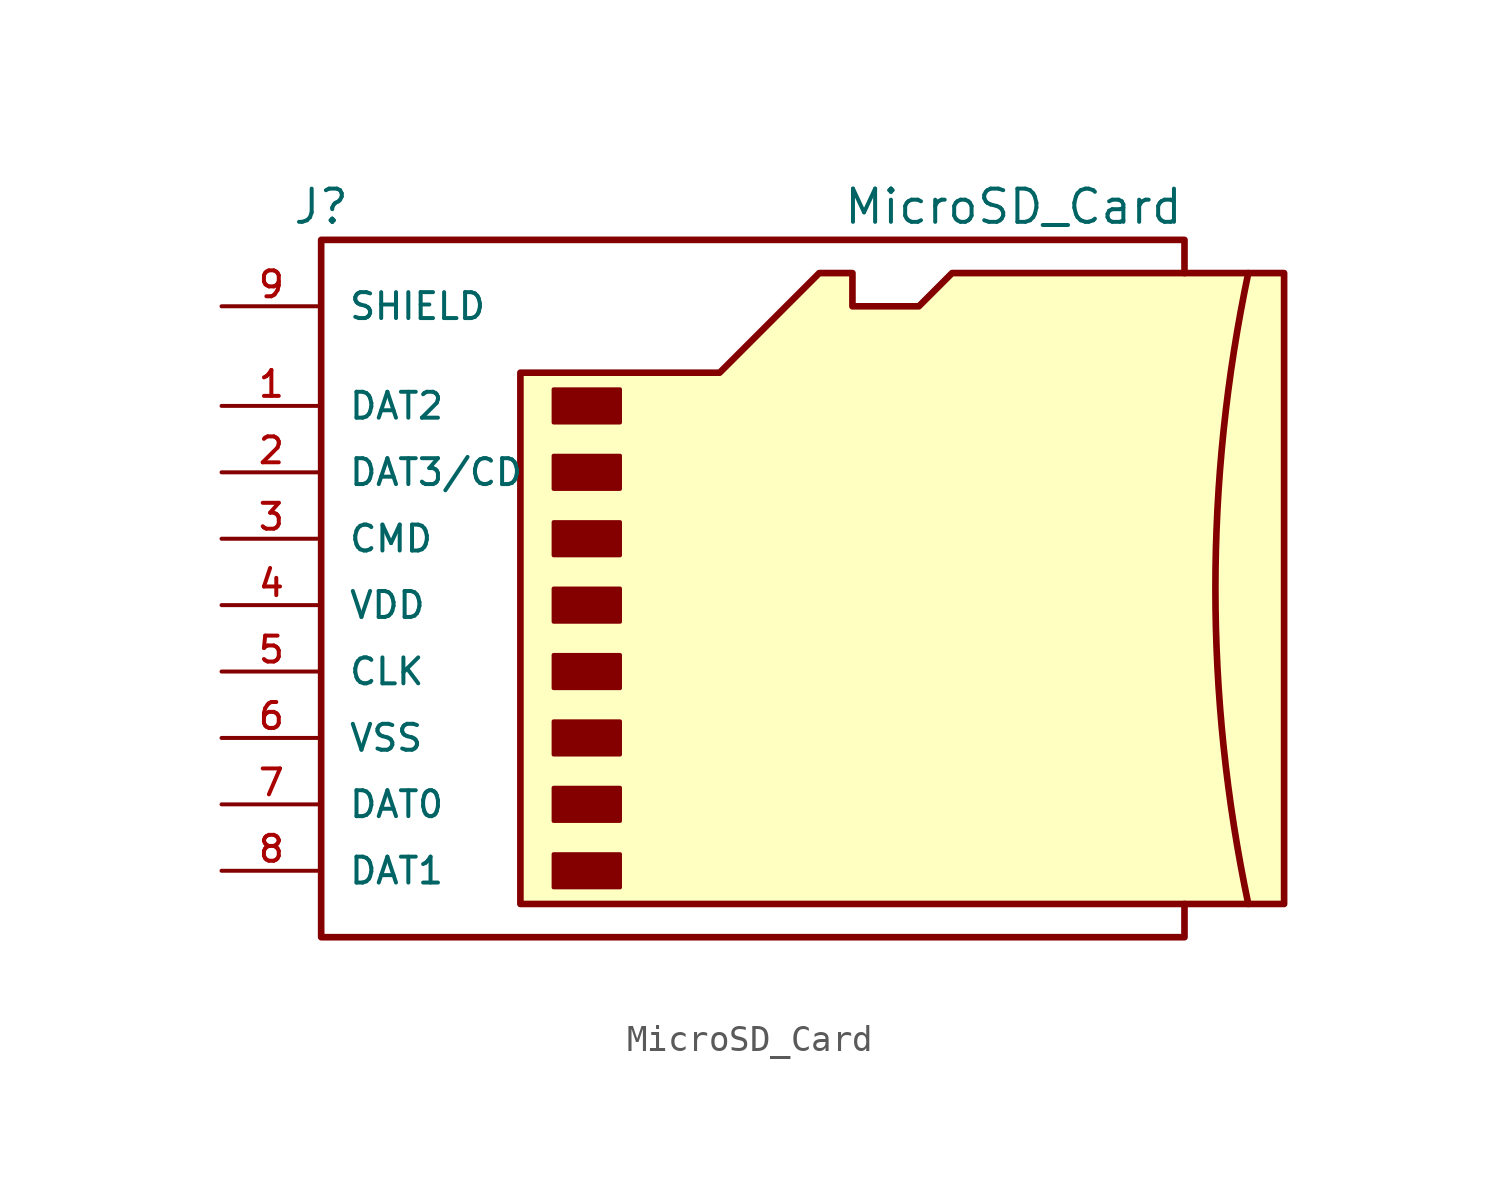
<source format=kicad_sym>
(kicad_symbol_lib
  (version 20241209)
  (generator "kicad_symbol_editor")
  (generator_version "9.0")
  (symbol "MicroSD_Card"
    (pin_names
      (offset 1.016))
    (property "Reference" "J"
      (at -16.51 15.24 0)
      (effects (font (size 1.27 1.27))))
    (property "Value" "MicroSD_Card"
      (at 16.51 15.24 0)
      (effects (font (size 1.27 1.27)) (justify right)))
    (symbol "MicroSD_Card_0_1"
      (polyline (pts (xy -8.89 -11.43) (xy -8.89 8.89) (xy -1.27 8.89) (xy 2.54 12.7) (xy 3.81 12.7) (xy 3.81 11.43) (xy 6.35 11.43) (xy 7.62 12.7) (xy 20.32 12.7) (xy 20.32 -11.43) (xy -8.89 -11.43)) (stroke (width 0.254) (type default)) (fill (type background)))
      (rectangle (start -7.62 8.255) (end -5.08 6.985) (stroke (width 0) (type default)) (fill (type outline)))
      (rectangle (start -7.62 5.715) (end -5.08 4.445) (stroke (width 0) (type default)) (fill (type outline)))
      (rectangle (start -7.62 3.175) (end -5.08 1.905) (stroke (width 0) (type default)) (fill (type outline)))
      (rectangle (start -7.62 0.635) (end -5.08 -0.635) (stroke (width 0) (type default)) (fill (type outline)))
      (rectangle (start -7.62 -1.905) (end -5.08 -3.175) (stroke (width 0) (type default)) (fill (type outline)))
      (rectangle (start -7.62 -4.445) (end -5.08 -5.715) (stroke (width 0) (type default)) (fill (type outline)))
      (rectangle (start -7.62 -6.985) (end -5.08 -8.255) (stroke (width 0) (type default)) (fill (type outline)))
      (rectangle (start -7.62 -9.525) (end -5.08 -10.795) (stroke (width 0) (type default)) (fill (type outline)))
      (polyline (pts (xy 16.51 12.7) (xy 16.51 13.97) (xy -16.51 13.97) (xy -16.51 -12.7) (xy 16.51 -12.7) (xy 16.51 -11.43)) (stroke (width 0.254) (type default)) (fill (type none))))
    (symbol "MicroSD_Card_1_1"
      (arc (start 18.9502 -11.43) (mid 17.6928 0.635) (end 18.9502 12.7) (stroke (width 0.254) (type solid)) (fill (type none)))
      (pin passive line (at -20.32 11.43 0) (length 3.81) (name "SHIELD" (effects (font (size 0.991 0.991)))) (number "9" (effects (font (size 0.991 0.991)))))
      (pin bidirectional line (at -20.32 7.62 0) (length 3.81) (name "DAT2" (effects (font (size 0.991 0.991)))) (number "1" (effects (font (size 0.991 0.991)))))
      (pin bidirectional line (at -20.32 5.08 0) (length 3.81) (name "DAT3/CD" (effects (font (size 0.991 0.991)))) (number "2" (effects (font (size 0.991 0.991)))))
      (pin input line (at -20.32 2.54 0) (length 3.81) (name "CMD" (effects (font (size 0.991 0.991)))) (number "3" (effects (font (size 0.991 0.991)))))
      (pin power_in line (at -20.32 0 0) (length 3.81) (name "VDD" (effects (font (size 0.991 0.991)))) (number "4" (effects (font (size 0.991 0.991)))))
      (pin input line (at -20.32 -2.54 0) (length 3.81) (name "CLK" (effects (font (size 0.991 0.991)))) (number "5" (effects (font (size 0.991 0.991)))))
      (pin power_in line (at -20.32 -5.08 0) (length 3.81) (name "VSS" (effects (font (size 0.991 0.991)))) (number "6" (effects (font (size 0.991 0.991)))))
      (pin bidirectional line (at -20.32 -7.62 0) (length 3.81) (name "DAT0" (effects (font (size 0.991 0.991)))) (number "7" (effects (font (size 0.991 0.991)))))
      (pin bidirectional line (at -20.32 -10.16 0) (length 3.81) (name "DAT1" (effects (font (size 0.991 0.991)))) (number "8" (effects (font (size 0.991 0.991))))))))
</source>
